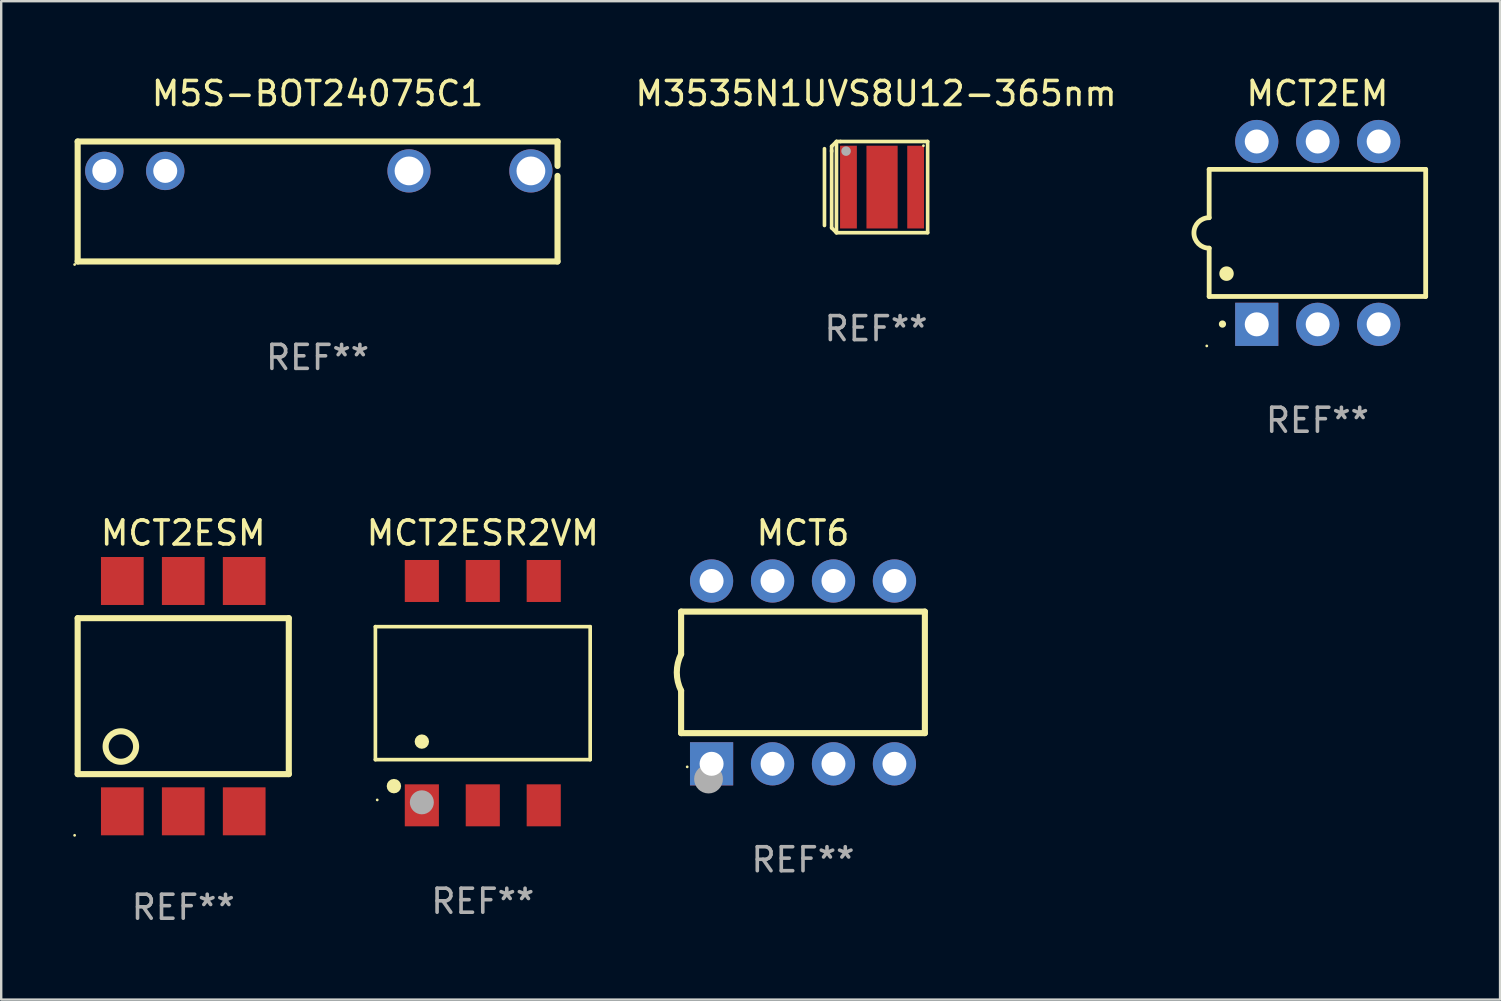
<source format=kicad_pcb>
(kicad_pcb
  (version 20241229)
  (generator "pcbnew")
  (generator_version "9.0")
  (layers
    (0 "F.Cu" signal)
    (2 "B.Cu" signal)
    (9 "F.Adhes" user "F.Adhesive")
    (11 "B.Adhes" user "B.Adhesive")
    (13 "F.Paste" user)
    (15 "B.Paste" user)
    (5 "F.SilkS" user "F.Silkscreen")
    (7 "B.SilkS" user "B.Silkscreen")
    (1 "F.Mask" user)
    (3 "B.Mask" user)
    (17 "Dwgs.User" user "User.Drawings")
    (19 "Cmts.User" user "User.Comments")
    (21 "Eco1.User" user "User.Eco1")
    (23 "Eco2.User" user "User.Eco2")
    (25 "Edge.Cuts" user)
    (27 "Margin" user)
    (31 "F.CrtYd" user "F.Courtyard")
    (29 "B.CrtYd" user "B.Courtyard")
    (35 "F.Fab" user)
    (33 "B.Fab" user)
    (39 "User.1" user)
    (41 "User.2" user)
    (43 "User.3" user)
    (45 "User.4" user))
  (footprint "M5S-BOT24075C1"
    (layer "F.Cu")
    (at 10.187 5.348)
    (property "Reference" "M5S-BOT24075C1" (at 0 -4.5 0) (layer "F.SilkS") (effects (font (size 1 1) (thickness 0.15))))
    (attr through_hole)
    (fp_line (start -10 -2.5) (end 10 -2.5) (stroke (width 0.254) (type solid)) (layer "F.SilkS"))
    (fp_line (start -10 2.5) (end -10 -2.5) (stroke (width 0.254) (type solid)) (layer "F.SilkS"))
    (fp_line (start 10 -2.5) (end 10 -1.482) (stroke (width 0.254) (type solid)) (layer "F.SilkS"))
    (fp_line (start 10 -1.068) (end 10 2.5) (stroke (width 0.254) (type solid)) (layer "F.SilkS"))
    (fp_line (start 10 2.5) (end -10 2.5) (stroke (width 0.254) (type solid)) (layer "F.SilkS"))
    (fp_circle (center -10.127 2.627) (end -10.097 2.627) (stroke (width 0.06) (type solid)) (fill no) (layer "F.SilkS"))
    (fp_text user "REF**" (at 0 6.5 0) (layer "F.Fab") (effects (font (size 1 1) (thickness 0.15))))
    (pad "1" thru_hole circle (at -8.89 -1.275) (size 1.6 1.6) (drill 1) (layers "*.Cu" "*.Mask"))
    (pad "2" thru_hole circle (at -6.35 -1.275) (size 1.6 1.6) (drill 1) (layers "*.Cu" "*.Mask"))
    (pad "6" thru_hole circle (at 3.81 -1.275) (size 1.8 1.8) (drill 1.2) (layers "*.Cu" "*.Mask"))
    (pad "8" thru_hole circle (at 8.89 -1.275) (size 1.8 1.8) (drill 1.2) (layers "*.Cu" "*.Mask")))
  (footprint "MCT2ESR2VM"
    (layer "F.Cu")
    (at 17.072 25.84)
    (property "Reference" "MCT2ESR2VM" (at 0 -6.675 0) (layer "F.SilkS") (effects (font (size 1 1) (thickness 0.15))))
    (attr through_hole)
    (fp_line (start -4.476 -2.771) (end 4.476 -2.771) (stroke (width 0.152) (type solid)) (layer "F.SilkS"))
    (fp_line (start -4.476 2.771) (end -4.476 -2.771) (stroke (width 0.152) (type solid)) (layer "F.SilkS"))
    (fp_line (start 4.476 -2.771) (end 4.476 2.771) (stroke (width 0.152) (type solid)) (layer "F.SilkS"))
    (fp_line (start 4.476 2.771) (end -4.476 2.771) (stroke (width 0.152) (type solid)) (layer "F.SilkS"))
    (fp_circle (center -4.4 4.45) (end -4.37 4.45) (stroke (width 0.06) (type solid)) (fill no) (layer "F.SilkS"))
    (fp_circle (center -3.704 3.875) (end -3.553 3.875) (stroke (width 0.3) (type solid)) (fill no) (layer "F.SilkS"))
    (fp_circle (center -2.54 2.019) (end -2.39 2.019) (stroke (width 0.3) (type solid)) (fill no) (layer "F.SilkS"))
    (fp_circle (center -2.54 4.55) (end -2.29 4.55) (stroke (width 0.5) (type solid)) (fill no) (layer "F.Fab"))
    (fp_text user "REF**" (at 0 8.675 0) (layer "F.Fab") (effects (font (size 1 1) (thickness 0.15))))
    (pad "1" smd rect (at -2.54 4.675) (size 1.422 1.75) (layers "F.Cu" "F.Mask" "F.Paste"))
    (pad "2" smd rect (at 0 4.675) (size 1.422 1.75) (layers "F.Cu" "F.Mask" "F.Paste"))
    (pad "3" smd rect (at 2.54 4.675) (size 1.422 1.75) (layers "F.Cu" "F.Mask" "F.Paste"))
    (pad "4" smd rect (at 2.54 -4.675) (size 1.422 1.75) (layers "F.Cu" "F.Mask" "F.Paste"))
    (pad "5" smd rect (at 0 -4.675) (size 1.422 1.75) (layers "F.Cu" "F.Mask" "F.Paste"))
    (pad "6" smd rect (at -2.54 -4.675) (size 1.422 1.75) (layers "F.Cu" "F.Mask" "F.Paste")))
  (footprint "MCT2ESM"
    (layer "F.Cu")
    (at 4.587 25.965)
    (property "Reference" "MCT2ESM" (at 0 -6.8 0) (layer "F.SilkS") (effects (font (size 1 1) (thickness 0.15))))
    (attr through_hole)
    (fp_line (start -4.4 -3.25) (end -4.4 3.25) (stroke (width 0.254) (type solid)) (layer "F.SilkS"))
    (fp_line (start -4.4 -3.25) (end 4.4 -3.25) (stroke (width 0.254) (type solid)) (layer "F.SilkS"))
    (fp_line (start 4.4 3.25) (end -4.4 3.25) (stroke (width 0.254) (type solid)) (layer "F.SilkS"))
    (fp_line (start 4.4 3.25) (end 4.4 -3.25) (stroke (width 0.254) (type solid)) (layer "F.SilkS"))
    (fp_circle (center -4.527 5.8) (end -4.497 5.8) (stroke (width 0.06) (type solid)) (fill no) (layer "F.SilkS"))
    (fp_circle (center -2.6 2.1) (end -1.965 2.1) (stroke (width 0.254) (type solid)) (fill no) (layer "F.SilkS"))
    (fp_text user "REF**" (at 0 8.8 0) (layer "F.Fab") (effects (font (size 1 1) (thickness 0.15))))
    (pad "1" smd rect (at -2.539 4.8) (size 1.78 2) (layers "F.Cu" "F.Mask" "F.Paste"))
    (pad "2" smd rect (at 0.001 4.8) (size 1.78 2) (layers "F.Cu" "F.Mask" "F.Paste"))
    (pad "3" smd rect (at 2.541 4.8) (size 1.78 2) (layers "F.Cu" "F.Mask" "F.Paste"))
    (pad "4" smd rect (at 2.541 -4.8) (size 1.78 2) (layers "F.Cu" "F.Mask" "F.Paste"))
    (pad "5" smd rect (at 0.001 -4.8) (size 1.78 2) (layers "F.Cu" "F.Mask" "F.Paste"))
    (pad "6" smd rect (at -2.539 -4.8) (size 1.78 2) (layers "F.Cu" "F.Mask" "F.Paste")))
  (footprint "MCT6"
    (layer "F.Cu")
    (at 30.418 24.975)
    (property "Reference" "MCT6" (at 0 -5.81 0) (layer "F.SilkS") (effects (font (size 1 1) (thickness 0.15))))
    (attr through_hole)
    (fp_line (start -5.08 -2.534) (end 5.08 -2.534) (stroke (width 0.254) (type solid)) (layer "F.SilkS"))
    (fp_line (start -5.08 -0.762) (end -5.08 -2.534) (stroke (width 0.254) (type solid)) (layer "F.SilkS"))
    (fp_line (start -5.08 2.531) (end -5.08 0.762) (stroke (width 0.254) (type solid)) (layer "F.SilkS"))
    (fp_line (start -5.08 2.531) (end 5.08 2.531) (stroke (width 0.254) (type solid)) (layer "F.SilkS"))
    (fp_line (start 5.08 2.531) (end 5.08 -2.534) (stroke (width 0.254) (type solid)) (layer "F.SilkS"))
    (fp_arc (start -5.08001 0.762001) (mid -5.259894 0) (end -5.08001 -0.762002) (stroke (width 0.254001) (type solid)) (layer "F.SilkS"))
    (fp_circle (center -4.826 3.937) (end -4.796 3.937) (stroke (width 0.06) (type solid)) (fill no) (layer "F.SilkS"))
    (fp_circle (center -3.937 4.445) (end -3.637 4.445) (stroke (width 0.6) (type solid)) (fill no) (layer "F.Fab"))
    (fp_text user "REF**" (at 0 7.81 0) (layer "F.Fab") (effects (font (size 1 1) (thickness 0.15))))
    (pad "1" thru_hole rect (at -3.81 3.81) (size 1.8 1.8) (drill 1) (layers "*.Cu" "*.Mask"))
    (pad "2" thru_hole circle (at -1.27 3.81) (size 1.8 1.8) (drill 1) (layers "*.Cu" "*.Mask"))
    (pad "3" thru_hole circle (at 1.27 3.81) (size 1.8 1.8) (drill 1) (layers "*.Cu" "*.Mask"))
    (pad "4" thru_hole circle (at 3.81 3.81) (size 1.8 1.8) (drill 1) (layers "*.Cu" "*.Mask"))
    (pad "5" thru_hole circle (at 3.81 -3.81) (size 1.8 1.8) (drill 1) (layers "*.Cu" "*.Mask"))
    (pad "6" thru_hole circle (at 1.27 -3.81) (size 1.8 1.8) (drill 1) (layers "*.Cu" "*.Mask"))
    (pad "7" thru_hole circle (at -1.27 -3.81) (size 1.8 1.8) (drill 1) (layers "*.Cu" "*.Mask"))
    (pad "8" thru_hole circle (at -3.81 -3.81) (size 1.8 1.8) (drill 1) (layers "*.Cu" "*.Mask")))
  (footprint "MCT2EM"
    (layer "F.Cu")
    (at 51.859 6.658)
    (property "Reference" "MCT2EM" (at 0 -5.81 0) (layer "F.SilkS") (effects (font (size 1 1) (thickness 0.15))))
    (attr through_hole)
    (fp_line (start -4.512 -2.649) (end 4.512 -2.649) (stroke (width 0.2) (type solid)) (layer "F.SilkS"))
    (fp_line (start -4.512 -0.635) (end -4.512 -2.649) (stroke (width 0.2) (type solid)) (layer "F.SilkS"))
    (fp_line (start -4.512 2.649) (end -4.512 0.635) (stroke (width 0.2) (type solid)) (layer "F.SilkS"))
    (fp_line (start 4.512 -2.649) (end 4.512 2.649) (stroke (width 0.2) (type solid)) (layer "F.SilkS"))
    (fp_line (start 4.512 2.649) (end -4.512 2.649) (stroke (width 0.2) (type solid)) (layer "F.SilkS"))
    (fp_arc (start -4.512319 0.635001) (mid -5.14732 0) (end -4.512319 -0.635001) (stroke (width 0.2) (type solid)) (layer "F.SilkS"))
    (fp_arc (start -3.958598 3.799848) (mid -3.958603 3.798578) (end -3.958598 3.797308) (stroke (width 0.3) (type solid)) (layer "F.SilkS"))
    (fp_arc (start -3.788418 1.699263) (mid -3.788429 1.696723) (end -3.788418 1.694183) (stroke (width 0.6) (type solid)) (layer "F.SilkS"))
    (fp_circle (center -4.612 4.71) (end -4.582 4.71) (stroke (width 0.06) (type solid)) (fill no) (layer "F.SilkS"))
    (fp_text user "REF**" (at 0 7.81 0) (layer "F.Fab") (effects (font (size 1 1) (thickness 0.15))))
    (pad "1" thru_hole rect (at -2.529 3.81 90) (size 1.8 1.8) (drill 1) (layers "*.Cu" "*.Mask"))
    (pad "2" thru_hole circle (at 0.011 3.81) (size 1.8 1.8) (drill 1) (layers "*.Cu" "*.Mask"))
    (pad "3" thru_hole circle (at 2.551 3.81) (size 1.8 1.8) (drill 1) (layers "*.Cu" "*.Mask"))
    (pad "4" thru_hole circle (at 2.551 -3.81) (size 1.8 1.8) (drill 1) (layers "*.Cu" "*.Mask"))
    (pad "5" thru_hole circle (at 0.011 -3.81) (size 1.8 1.8) (drill 1) (layers "*.Cu" "*.Mask"))
    (pad "6" thru_hole circle (at -2.529 -3.81) (size 1.8 1.8) (drill 1) (layers "*.Cu" "*.Mask")))
  (footprint "M3535N1UVS8U12-365nm"
    (layer "F.Cu")
    (at 33.463 4.748)
    (property "Reference" "M3535N1UVS8U12-365nm" (at 0 -3.9 0) (layer "F.SilkS") (effects (font (size 1 1) (thickness 0.15))))
    (attr through_hole)
    (fp_line (start -2.15 -1.6) (end -2.15 1.6) (stroke (width 0.152) (type solid)) (layer "F.SilkS"))
    (fp_line (start -1.851 -1.699) (end -1.851 -1.483) (stroke (width 0.152) (type solid)) (layer "F.SilkS"))
    (fp_line (start -1.851 -1.532) (end -1.851 1.699) (stroke (width 0.152) (type solid)) (layer "F.SilkS"))
    (fp_line (start -1.851 1.699) (end -1.65 1.9) (stroke (width 0.152) (type solid)) (layer "F.SilkS"))
    (fp_line (start -1.65 -1.9) (end -1.851 -1.699) (stroke (width 0.152) (type solid)) (layer "F.SilkS"))
    (fp_line (start -1.65 -1.9) (end -1.65 1.9) (stroke (width 0.152) (type solid)) (layer "F.SilkS"))
    (fp_line (start -1.65 1.9) (end 2.15 1.9) (stroke (width 0.152) (type solid)) (layer "F.SilkS"))
    (fp_line (start -1.482 -1.9) (end -1.65 -1.9) (stroke (width 0.152) (type solid)) (layer "F.SilkS"))
    (fp_line (start 2.15 -1.9) (end -1.482 -1.9) (stroke (width 0.152) (type solid)) (layer "F.SilkS"))
    (fp_line (start 2.15 1.9) (end 2.15 -1.9) (stroke (width 0.152) (type solid)) (layer "F.SilkS"))
    (fp_circle (center 1.975 -1.725) (end 2.005 -1.725) (stroke (width 0.06) (type solid)) (fill no) (layer "F.SilkS"))
    (fp_circle (center -1.25 -1.5) (end -1.15 -1.5) (stroke (width 0.2) (type solid)) (fill no) (layer "F.Fab"))
    (fp_text user "REF**" (at 0 5.9 0) (layer "F.Fab") (effects (font (size 1 1) (thickness 0.15))))
    (pad "1" smd rect (at 1.65 0) (size 0.7 3.45) (layers "F.Cu" "F.Mask" "F.Paste"))
    (pad "2" smd rect (at -1.15 0) (size 0.7 3.45) (layers "F.Cu" "F.Mask" "F.Paste"))
    (pad "3" smd rect (at 0.25 0) (size 1.3 3.45) (layers "F.Cu" "F.Mask" "F.Paste")))
  (gr_rect
    (start -3 -3)
    (end 59.471 38.613)
    (stroke (width 0.1) (type default))
    (fill no)
    (layer "Edge.Cuts")))
</source>
